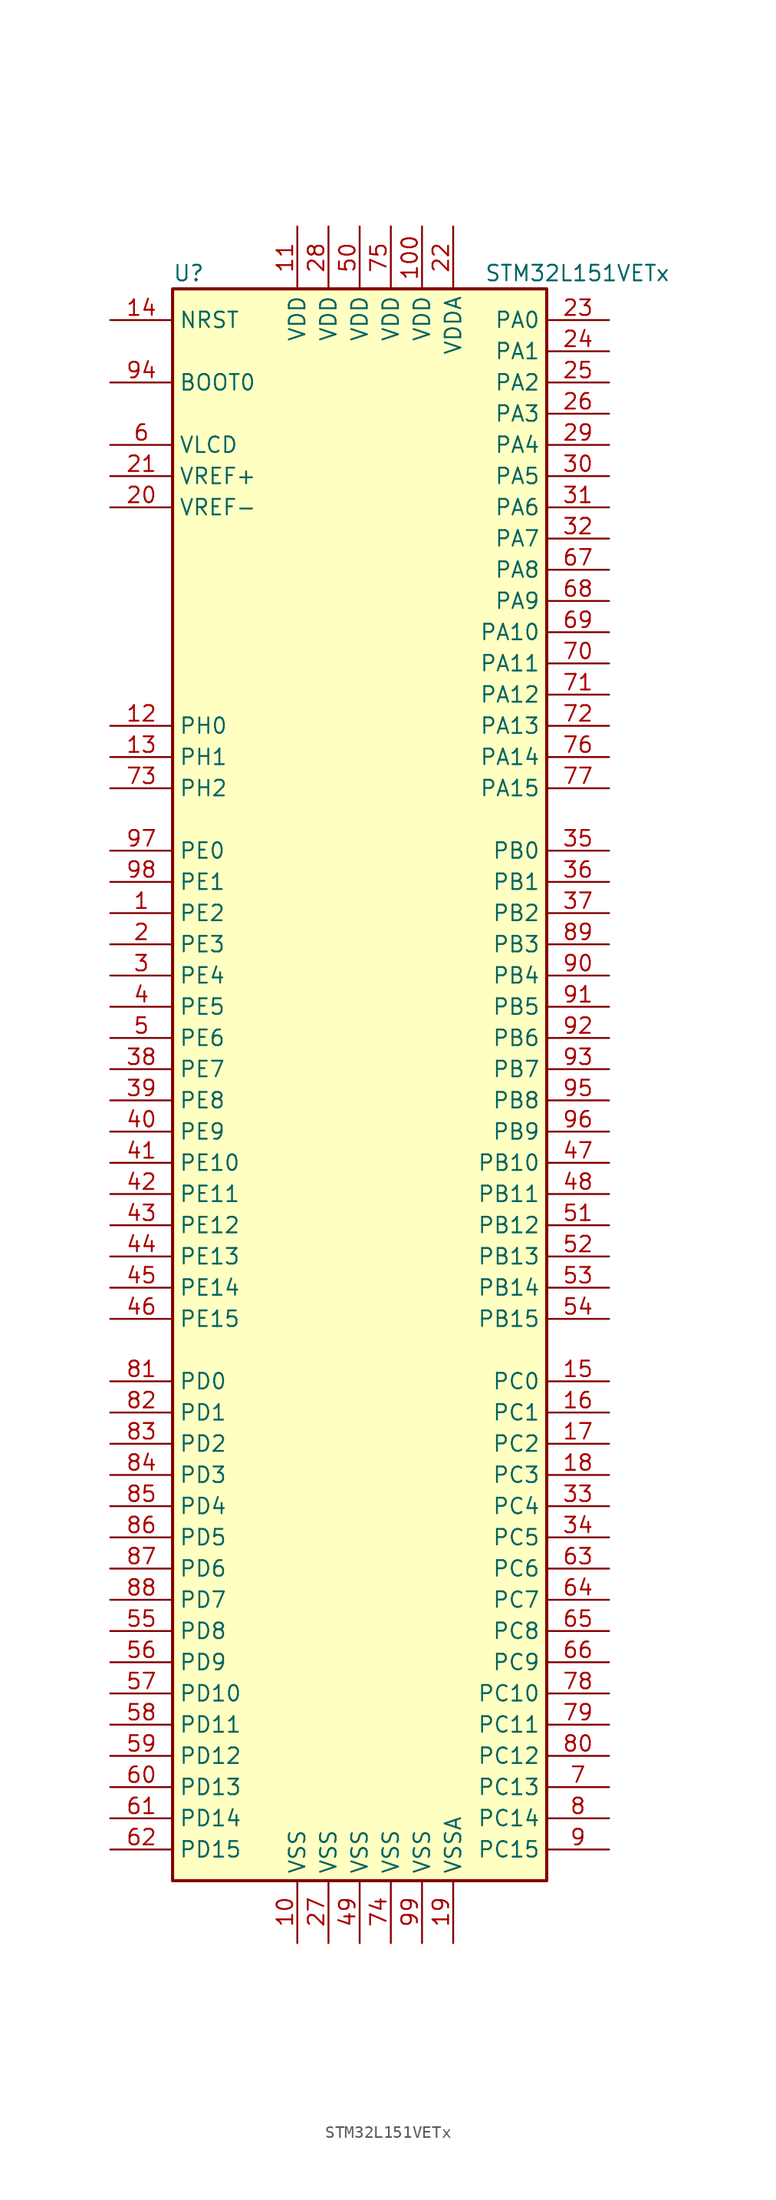
<source format=kicad_sym>
(kicad_symbol_lib
  (version 20211014)
  (generator kicad_symbol_editor)
  (symbol "STM32L151VETx"
    (property "Reference" "U"
      (at -15.24 64.77 0)
      (effects (font (size 1.27 1.27)) (justify left)))
    (property "Value" "STM32L151VETx"
      (at 10.16 64.77 0)
      (effects (font (size 1.27 1.27)) (justify left)))
    (symbol "STM32L151VETx_0_1"
      (rectangle (start -15.24 -66.04) (end 15.24 63.5) (stroke (width 0.254) (type default) (color 0 0 0 0)) (fill (type background))))
    (symbol "STM32L151VETx_1_1"
      (pin bidirectional line (at -20.32 12.7 0) (length 5.08) (name "PE2" (effects (font (size 1.27 1.27)))) (number "1" (effects (font (size 1.27 1.27)))))
      (pin power_in line (at -5.08 -71.12 90) (length 5.08) (name "VSS" (effects (font (size 1.27 1.27)))) (number "10" (effects (font (size 1.27 1.27)))))
      (pin power_in line (at 5.08 68.58 270) (length 5.08) (name "VDD" (effects (font (size 1.27 1.27)))) (number "100" (effects (font (size 1.27 1.27)))))
      (pin power_in line (at -5.08 68.58 270) (length 5.08) (name "VDD" (effects (font (size 1.27 1.27)))) (number "11" (effects (font (size 1.27 1.27)))))
      (pin input line (at -20.32 27.94 0) (length 5.08) (name "PH0" (effects (font (size 1.27 1.27)))) (number "12" (effects (font (size 1.27 1.27)))))
      (pin input line (at -20.32 25.4 0) (length 5.08) (name "PH1" (effects (font (size 1.27 1.27)))) (number "13" (effects (font (size 1.27 1.27)))))
      (pin input line (at -20.32 60.96 0) (length 5.08) (name "NRST" (effects (font (size 1.27 1.27)))) (number "14" (effects (font (size 1.27 1.27)))))
      (pin bidirectional line (at 20.32 -25.4 180) (length 5.08) (name "PC0" (effects (font (size 1.27 1.27)))) (number "15" (effects (font (size 1.27 1.27)))))
      (pin bidirectional line (at 20.32 -27.94 180) (length 5.08) (name "PC1" (effects (font (size 1.27 1.27)))) (number "16" (effects (font (size 1.27 1.27)))))
      (pin bidirectional line (at 20.32 -30.48 180) (length 5.08) (name "PC2" (effects (font (size 1.27 1.27)))) (number "17" (effects (font (size 1.27 1.27)))))
      (pin bidirectional line (at 20.32 -33.02 180) (length 5.08) (name "PC3" (effects (font (size 1.27 1.27)))) (number "18" (effects (font (size 1.27 1.27)))))
      (pin power_in line (at 7.62 -71.12 90) (length 5.08) (name "VSSA" (effects (font (size 1.27 1.27)))) (number "19" (effects (font (size 1.27 1.27)))))
      (pin bidirectional line (at -20.32 10.16 0) (length 5.08) (name "PE3" (effects (font (size 1.27 1.27)))) (number "2" (effects (font (size 1.27 1.27)))))
      (pin power_in line (at -20.32 45.72 0) (length 5.08) (name "VREF-" (effects (font (size 1.27 1.27)))) (number "20" (effects (font (size 1.27 1.27)))))
      (pin power_in line (at -20.32 48.26 0) (length 5.08) (name "VREF+" (effects (font (size 1.27 1.27)))) (number "21" (effects (font (size 1.27 1.27)))))
      (pin power_in line (at 7.62 68.58 270) (length 5.08) (name "VDDA" (effects (font (size 1.27 1.27)))) (number "22" (effects (font (size 1.27 1.27)))))
      (pin bidirectional line (at 20.32 60.96 180) (length 5.08) (name "PA0" (effects (font (size 1.27 1.27)))) (number "23" (effects (font (size 1.27 1.27)))))
      (pin bidirectional line (at 20.32 58.42 180) (length 5.08) (name "PA1" (effects (font (size 1.27 1.27)))) (number "24" (effects (font (size 1.27 1.27)))))
      (pin bidirectional line (at 20.32 55.88 180) (length 5.08) (name "PA2" (effects (font (size 1.27 1.27)))) (number "25" (effects (font (size 1.27 1.27)))))
      (pin bidirectional line (at 20.32 53.34 180) (length 5.08) (name "PA3" (effects (font (size 1.27 1.27)))) (number "26" (effects (font (size 1.27 1.27)))))
      (pin power_in line (at -2.54 -71.12 90) (length 5.08) (name "VSS" (effects (font (size 1.27 1.27)))) (number "27" (effects (font (size 1.27 1.27)))))
      (pin power_in line (at -2.54 68.58 270) (length 5.08) (name "VDD" (effects (font (size 1.27 1.27)))) (number "28" (effects (font (size 1.27 1.27)))))
      (pin bidirectional line (at 20.32 50.8 180) (length 5.08) (name "PA4" (effects (font (size 1.27 1.27)))) (number "29" (effects (font (size 1.27 1.27)))))
      (pin bidirectional line (at -20.32 7.62 0) (length 5.08) (name "PE4" (effects (font (size 1.27 1.27)))) (number "3" (effects (font (size 1.27 1.27)))))
      (pin bidirectional line (at 20.32 48.26 180) (length 5.08) (name "PA5" (effects (font (size 1.27 1.27)))) (number "30" (effects (font (size 1.27 1.27)))))
      (pin bidirectional line (at 20.32 45.72 180) (length 5.08) (name "PA6" (effects (font (size 1.27 1.27)))) (number "31" (effects (font (size 1.27 1.27)))))
      (pin bidirectional line (at 20.32 43.18 180) (length 5.08) (name "PA7" (effects (font (size 1.27 1.27)))) (number "32" (effects (font (size 1.27 1.27)))))
      (pin bidirectional line (at 20.32 -35.56 180) (length 5.08) (name "PC4" (effects (font (size 1.27 1.27)))) (number "33" (effects (font (size 1.27 1.27)))))
      (pin bidirectional line (at 20.32 -38.1 180) (length 5.08) (name "PC5" (effects (font (size 1.27 1.27)))) (number "34" (effects (font (size 1.27 1.27)))))
      (pin bidirectional line (at 20.32 17.78 180) (length 5.08) (name "PB0" (effects (font (size 1.27 1.27)))) (number "35" (effects (font (size 1.27 1.27)))))
      (pin bidirectional line (at 20.32 15.24 180) (length 5.08) (name "PB1" (effects (font (size 1.27 1.27)))) (number "36" (effects (font (size 1.27 1.27)))))
      (pin bidirectional line (at 20.32 12.7 180) (length 5.08) (name "PB2" (effects (font (size 1.27 1.27)))) (number "37" (effects (font (size 1.27 1.27)))))
      (pin bidirectional line (at -20.32 0 0) (length 5.08) (name "PE7" (effects (font (size 1.27 1.27)))) (number "38" (effects (font (size 1.27 1.27)))))
      (pin bidirectional line (at -20.32 -2.54 0) (length 5.08) (name "PE8" (effects (font (size 1.27 1.27)))) (number "39" (effects (font (size 1.27 1.27)))))
      (pin bidirectional line (at -20.32 5.08 0) (length 5.08) (name "PE5" (effects (font (size 1.27 1.27)))) (number "4" (effects (font (size 1.27 1.27)))))
      (pin bidirectional line (at -20.32 -5.08 0) (length 5.08) (name "PE9" (effects (font (size 1.27 1.27)))) (number "40" (effects (font (size 1.27 1.27)))))
      (pin bidirectional line (at -20.32 -7.62 0) (length 5.08) (name "PE10" (effects (font (size 1.27 1.27)))) (number "41" (effects (font (size 1.27 1.27)))))
      (pin bidirectional line (at -20.32 -10.16 0) (length 5.08) (name "PE11" (effects (font (size 1.27 1.27)))) (number "42" (effects (font (size 1.27 1.27)))))
      (pin bidirectional line (at -20.32 -12.7 0) (length 5.08) (name "PE12" (effects (font (size 1.27 1.27)))) (number "43" (effects (font (size 1.27 1.27)))))
      (pin bidirectional line (at -20.32 -15.24 0) (length 5.08) (name "PE13" (effects (font (size 1.27 1.27)))) (number "44" (effects (font (size 1.27 1.27)))))
      (pin bidirectional line (at -20.32 -17.78 0) (length 5.08) (name "PE14" (effects (font (size 1.27 1.27)))) (number "45" (effects (font (size 1.27 1.27)))))
      (pin bidirectional line (at -20.32 -20.32 0) (length 5.08) (name "PE15" (effects (font (size 1.27 1.27)))) (number "46" (effects (font (size 1.27 1.27)))))
      (pin bidirectional line (at 20.32 -7.62 180) (length 5.08) (name "PB10" (effects (font (size 1.27 1.27)))) (number "47" (effects (font (size 1.27 1.27)))))
      (pin bidirectional line (at 20.32 -10.16 180) (length 5.08) (name "PB11" (effects (font (size 1.27 1.27)))) (number "48" (effects (font (size 1.27 1.27)))))
      (pin power_in line (at 0 -71.12 90) (length 5.08) (name "VSS" (effects (font (size 1.27 1.27)))) (number "49" (effects (font (size 1.27 1.27)))))
      (pin bidirectional line (at -20.32 2.54 0) (length 5.08) (name "PE6" (effects (font (size 1.27 1.27)))) (number "5" (effects (font (size 1.27 1.27)))))
      (pin power_in line (at 0 68.58 270) (length 5.08) (name "VDD" (effects (font (size 1.27 1.27)))) (number "50" (effects (font (size 1.27 1.27)))))
      (pin bidirectional line (at 20.32 -12.7 180) (length 5.08) (name "PB12" (effects (font (size 1.27 1.27)))) (number "51" (effects (font (size 1.27 1.27)))))
      (pin bidirectional line (at 20.32 -15.24 180) (length 5.08) (name "PB13" (effects (font (size 1.27 1.27)))) (number "52" (effects (font (size 1.27 1.27)))))
      (pin bidirectional line (at 20.32 -17.78 180) (length 5.08) (name "PB14" (effects (font (size 1.27 1.27)))) (number "53" (effects (font (size 1.27 1.27)))))
      (pin bidirectional line (at 20.32 -20.32 180) (length 5.08) (name "PB15" (effects (font (size 1.27 1.27)))) (number "54" (effects (font (size 1.27 1.27)))))
      (pin bidirectional line (at -20.32 -45.72 0) (length 5.08) (name "PD8" (effects (font (size 1.27 1.27)))) (number "55" (effects (font (size 1.27 1.27)))))
      (pin bidirectional line (at -20.32 -48.26 0) (length 5.08) (name "PD9" (effects (font (size 1.27 1.27)))) (number "56" (effects (font (size 1.27 1.27)))))
      (pin bidirectional line (at -20.32 -50.8 0) (length 5.08) (name "PD10" (effects (font (size 1.27 1.27)))) (number "57" (effects (font (size 1.27 1.27)))))
      (pin bidirectional line (at -20.32 -53.34 0) (length 5.08) (name "PD11" (effects (font (size 1.27 1.27)))) (number "58" (effects (font (size 1.27 1.27)))))
      (pin bidirectional line (at -20.32 -55.88 0) (length 5.08) (name "PD12" (effects (font (size 1.27 1.27)))) (number "59" (effects (font (size 1.27 1.27)))))
      (pin power_in line (at -20.32 50.8 0) (length 5.08) (name "VLCD" (effects (font (size 1.27 1.27)))) (number "6" (effects (font (size 1.27 1.27)))))
      (pin bidirectional line (at -20.32 -58.42 0) (length 5.08) (name "PD13" (effects (font (size 1.27 1.27)))) (number "60" (effects (font (size 1.27 1.27)))))
      (pin bidirectional line (at -20.32 -60.96 0) (length 5.08) (name "PD14" (effects (font (size 1.27 1.27)))) (number "61" (effects (font (size 1.27 1.27)))))
      (pin bidirectional line (at -20.32 -63.5 0) (length 5.08) (name "PD15" (effects (font (size 1.27 1.27)))) (number "62" (effects (font (size 1.27 1.27)))))
      (pin bidirectional line (at 20.32 -40.64 180) (length 5.08) (name "PC6" (effects (font (size 1.27 1.27)))) (number "63" (effects (font (size 1.27 1.27)))))
      (pin bidirectional line (at 20.32 -43.18 180) (length 5.08) (name "PC7" (effects (font (size 1.27 1.27)))) (number "64" (effects (font (size 1.27 1.27)))))
      (pin bidirectional line (at 20.32 -45.72 180) (length 5.08) (name "PC8" (effects (font (size 1.27 1.27)))) (number "65" (effects (font (size 1.27 1.27)))))
      (pin bidirectional line (at 20.32 -48.26 180) (length 5.08) (name "PC9" (effects (font (size 1.27 1.27)))) (number "66" (effects (font (size 1.27 1.27)))))
      (pin bidirectional line (at 20.32 40.64 180) (length 5.08) (name "PA8" (effects (font (size 1.27 1.27)))) (number "67" (effects (font (size 1.27 1.27)))))
      (pin bidirectional line (at 20.32 38.1 180) (length 5.08) (name "PA9" (effects (font (size 1.27 1.27)))) (number "68" (effects (font (size 1.27 1.27)))))
      (pin bidirectional line (at 20.32 35.56 180) (length 5.08) (name "PA10" (effects (font (size 1.27 1.27)))) (number "69" (effects (font (size 1.27 1.27)))))
      (pin bidirectional line (at 20.32 -58.42 180) (length 5.08) (name "PC13" (effects (font (size 1.27 1.27)))) (number "7" (effects (font (size 1.27 1.27)))))
      (pin bidirectional line (at 20.32 33.02 180) (length 5.08) (name "PA11" (effects (font (size 1.27 1.27)))) (number "70" (effects (font (size 1.27 1.27)))))
      (pin bidirectional line (at 20.32 30.48 180) (length 5.08) (name "PA12" (effects (font (size 1.27 1.27)))) (number "71" (effects (font (size 1.27 1.27)))))
      (pin bidirectional line (at 20.32 27.94 180) (length 5.08) (name "PA13" (effects (font (size 1.27 1.27)))) (number "72" (effects (font (size 1.27 1.27)))))
      (pin bidirectional line (at -20.32 22.86 0) (length 5.08) (name "PH2" (effects (font (size 1.27 1.27)))) (number "73" (effects (font (size 1.27 1.27)))))
      (pin power_in line (at 2.54 -71.12 90) (length 5.08) (name "VSS" (effects (font (size 1.27 1.27)))) (number "74" (effects (font (size 1.27 1.27)))))
      (pin power_in line (at 2.54 68.58 270) (length 5.08) (name "VDD" (effects (font (size 1.27 1.27)))) (number "75" (effects (font (size 1.27 1.27)))))
      (pin bidirectional line (at 20.32 25.4 180) (length 5.08) (name "PA14" (effects (font (size 1.27 1.27)))) (number "76" (effects (font (size 1.27 1.27)))))
      (pin bidirectional line (at 20.32 22.86 180) (length 5.08) (name "PA15" (effects (font (size 1.27 1.27)))) (number "77" (effects (font (size 1.27 1.27)))))
      (pin bidirectional line (at 20.32 -50.8 180) (length 5.08) (name "PC10" (effects (font (size 1.27 1.27)))) (number "78" (effects (font (size 1.27 1.27)))))
      (pin bidirectional line (at 20.32 -53.34 180) (length 5.08) (name "PC11" (effects (font (size 1.27 1.27)))) (number "79" (effects (font (size 1.27 1.27)))))
      (pin bidirectional line (at 20.32 -60.96 180) (length 5.08) (name "PC14" (effects (font (size 1.27 1.27)))) (number "8" (effects (font (size 1.27 1.27)))))
      (pin bidirectional line (at 20.32 -55.88 180) (length 5.08) (name "PC12" (effects (font (size 1.27 1.27)))) (number "80" (effects (font (size 1.27 1.27)))))
      (pin bidirectional line (at -20.32 -25.4 0) (length 5.08) (name "PD0" (effects (font (size 1.27 1.27)))) (number "81" (effects (font (size 1.27 1.27)))))
      (pin bidirectional line (at -20.32 -27.94 0) (length 5.08) (name "PD1" (effects (font (size 1.27 1.27)))) (number "82" (effects (font (size 1.27 1.27)))))
      (pin bidirectional line (at -20.32 -30.48 0) (length 5.08) (name "PD2" (effects (font (size 1.27 1.27)))) (number "83" (effects (font (size 1.27 1.27)))))
      (pin bidirectional line (at -20.32 -33.02 0) (length 5.08) (name "PD3" (effects (font (size 1.27 1.27)))) (number "84" (effects (font (size 1.27 1.27)))))
      (pin bidirectional line (at -20.32 -35.56 0) (length 5.08) (name "PD4" (effects (font (size 1.27 1.27)))) (number "85" (effects (font (size 1.27 1.27)))))
      (pin bidirectional line (at -20.32 -38.1 0) (length 5.08) (name "PD5" (effects (font (size 1.27 1.27)))) (number "86" (effects (font (size 1.27 1.27)))))
      (pin bidirectional line (at -20.32 -40.64 0) (length 5.08) (name "PD6" (effects (font (size 1.27 1.27)))) (number "87" (effects (font (size 1.27 1.27)))))
      (pin bidirectional line (at -20.32 -43.18 0) (length 5.08) (name "PD7" (effects (font (size 1.27 1.27)))) (number "88" (effects (font (size 1.27 1.27)))))
      (pin bidirectional line (at 20.32 10.16 180) (length 5.08) (name "PB3" (effects (font (size 1.27 1.27)))) (number "89" (effects (font (size 1.27 1.27)))))
      (pin bidirectional line (at 20.32 -63.5 180) (length 5.08) (name "PC15" (effects (font (size 1.27 1.27)))) (number "9" (effects (font (size 1.27 1.27)))))
      (pin bidirectional line (at 20.32 7.62 180) (length 5.08) (name "PB4" (effects (font (size 1.27 1.27)))) (number "90" (effects (font (size 1.27 1.27)))))
      (pin bidirectional line (at 20.32 5.08 180) (length 5.08) (name "PB5" (effects (font (size 1.27 1.27)))) (number "91" (effects (font (size 1.27 1.27)))))
      (pin bidirectional line (at 20.32 2.54 180) (length 5.08) (name "PB6" (effects (font (size 1.27 1.27)))) (number "92" (effects (font (size 1.27 1.27)))))
      (pin bidirectional line (at 20.32 0 180) (length 5.08) (name "PB7" (effects (font (size 1.27 1.27)))) (number "93" (effects (font (size 1.27 1.27)))))
      (pin input line (at -20.32 55.88 0) (length 5.08) (name "BOOT0" (effects (font (size 1.27 1.27)))) (number "94" (effects (font (size 1.27 1.27)))))
      (pin bidirectional line (at 20.32 -2.54 180) (length 5.08) (name "PB8" (effects (font (size 1.27 1.27)))) (number "95" (effects (font (size 1.27 1.27)))))
      (pin bidirectional line (at 20.32 -5.08 180) (length 5.08) (name "PB9" (effects (font (size 1.27 1.27)))) (number "96" (effects (font (size 1.27 1.27)))))
      (pin bidirectional line (at -20.32 17.78 0) (length 5.08) (name "PE0" (effects (font (size 1.27 1.27)))) (number "97" (effects (font (size 1.27 1.27)))))
      (pin bidirectional line (at -20.32 15.24 0) (length 5.08) (name "PE1" (effects (font (size 1.27 1.27)))) (number "98" (effects (font (size 1.27 1.27)))))
      (pin power_in line (at 5.08 -71.12 90) (length 5.08) (name "VSS" (effects (font (size 1.27 1.27)))) (number "99" (effects (font (size 1.27 1.27))))))))
</source>
